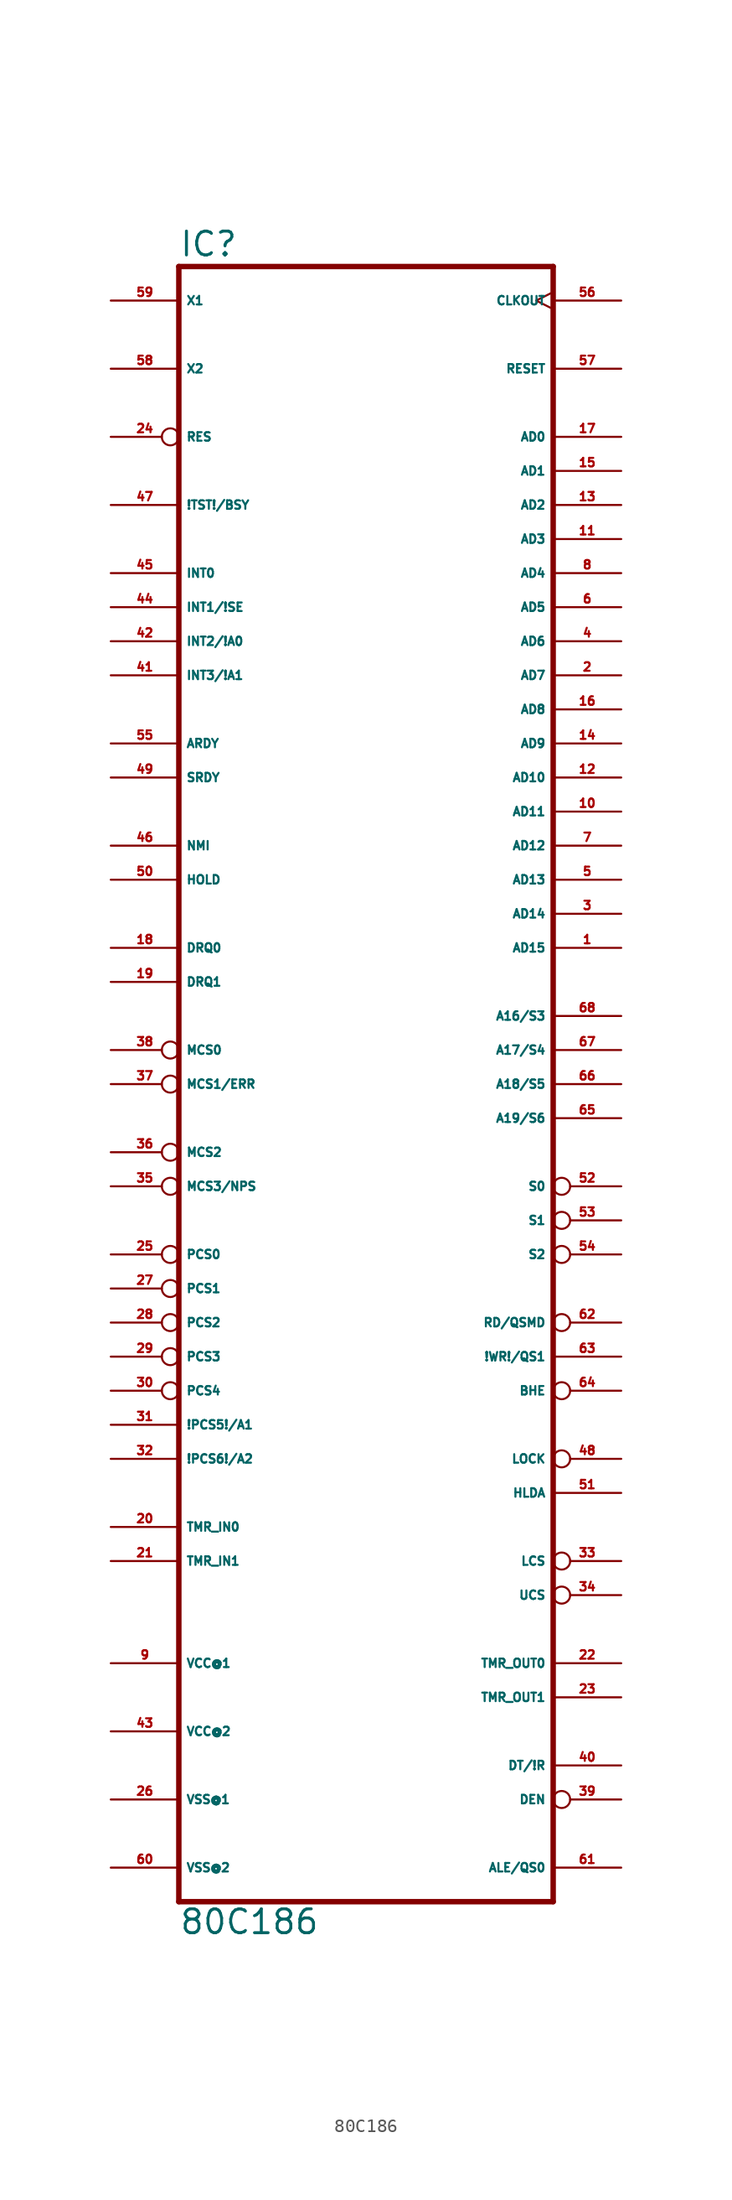
<source format=kicad_sym>
(kicad_symbol_lib
  (version 20220914)
  (generator Eagle2Kicad)
  (symbol "80C186"
    (property "Reference" "IC"
      (at -15.24 59.055 0)
      (effects (font (size 1.778 1.778) (thickness 0.22)) (justify left bottom)))
    (property "Value" "80C186"
      (at -15.24 -66.04 0)
      (effects (font (size 1.778 1.778) (thickness 0.22)) (justify left bottom)))
    (polyline
      (pts (xy -15.24 -63.5) (xy 12.7 -63.5))
      (stroke (width 0.406) (type default))
      (fill (type none)))
    (polyline
      (pts (xy 12.7 58.42) (xy 12.7 -63.5))
      (stroke (width 0.406) (type default))
      (fill (type none)))
    (polyline
      (pts (xy 12.7 58.42) (xy -15.24 58.42))
      (stroke (width 0.406) (type default))
      (fill (type none)))
    (polyline
      (pts (xy -15.24 -63.5) (xy -15.24 58.42))
      (stroke (width 0.406) (type default))
      (fill (type none)))
    (pin input line
      (at -20.32 55.88 0)
      (length 5.08)
      (name "X1" (effects (font (size 0.635 0.635) (thickness 0.08)) (justify left bottom)))
      (number "59" (effects (font (size 0.635 0.635) (thickness 0.08)) (justify left bottom))))
    (pin input inverted
      (at -20.32 45.72 0)
      (length 5.08)
      (name "RES" (effects (font (size 0.635 0.635) (thickness 0.08)) (justify left bottom)))
      (number "24" (effects (font (size 0.635 0.635) (thickness 0.08)) (justify left bottom))))
    (pin bidirectional line
      (at -20.32 40.64 0)
      (length 5.08)
      (name "!TST!/BSY" (effects (font (size 0.635 0.635) (thickness 0.08)) (justify left bottom)))
      (number "47" (effects (font (size 0.635 0.635) (thickness 0.08)) (justify left bottom))))
    (pin input line
      (at -20.32 35.56 0)
      (length 5.08)
      (name "INT0" (effects (font (size 0.635 0.635) (thickness 0.08)) (justify left bottom)))
      (number "45" (effects (font (size 0.635 0.635) (thickness 0.08)) (justify left bottom))))
    (pin input line
      (at -20.32 33.02 0)
      (length 5.08)
      (name "INT1/!SE" (effects (font (size 0.635 0.635) (thickness 0.08)) (justify left bottom)))
      (number "44" (effects (font (size 0.635 0.635) (thickness 0.08)) (justify left bottom))))
    (pin bidirectional line
      (at -20.32 30.48 0)
      (length 5.08)
      (name "INT2/!A0" (effects (font (size 0.635 0.635) (thickness 0.08)) (justify left bottom)))
      (number "42" (effects (font (size 0.635 0.635) (thickness 0.08)) (justify left bottom))))
    (pin bidirectional line
      (at -20.32 27.94 0)
      (length 5.08)
      (name "INT3/!A1" (effects (font (size 0.635 0.635) (thickness 0.08)) (justify left bottom)))
      (number "41" (effects (font (size 0.635 0.635) (thickness 0.08)) (justify left bottom))))
    (pin input line
      (at -20.32 22.86 0)
      (length 5.08)
      (name "ARDY" (effects (font (size 0.635 0.635) (thickness 0.08)) (justify left bottom)))
      (number "55" (effects (font (size 0.635 0.635) (thickness 0.08)) (justify left bottom))))
    (pin input line
      (at -20.32 15.24 0)
      (length 5.08)
      (name "NMI" (effects (font (size 0.635 0.635) (thickness 0.08)) (justify left bottom)))
      (number "46" (effects (font (size 0.635 0.635) (thickness 0.08)) (justify left bottom))))
    (pin input line
      (at -20.32 12.7 0)
      (length 5.08)
      (name "HOLD" (effects (font (size 0.635 0.635) (thickness 0.08)) (justify left bottom)))
      (number "50" (effects (font (size 0.635 0.635) (thickness 0.08)) (justify left bottom))))
    (pin output inverted
      (at -20.32 -15.24 0)
      (length 5.08)
      (name "PCS0" (effects (font (size 0.635 0.635) (thickness 0.08)) (justify left bottom)))
      (number "25" (effects (font (size 0.635 0.635) (thickness 0.08)) (justify left bottom))))
    (pin output inverted
      (at -20.32 -17.78 0)
      (length 5.08)
      (name "PCS1" (effects (font (size 0.635 0.635) (thickness 0.08)) (justify left bottom)))
      (number "27" (effects (font (size 0.635 0.635) (thickness 0.08)) (justify left bottom))))
    (pin output inverted
      (at -20.32 -20.32 0)
      (length 5.08)
      (name "PCS2" (effects (font (size 0.635 0.635) (thickness 0.08)) (justify left bottom)))
      (number "28" (effects (font (size 0.635 0.635) (thickness 0.08)) (justify left bottom))))
    (pin output inverted
      (at -20.32 -22.86 0)
      (length 5.08)
      (name "PCS3" (effects (font (size 0.635 0.635) (thickness 0.08)) (justify left bottom)))
      (number "29" (effects (font (size 0.635 0.635) (thickness 0.08)) (justify left bottom))))
    (pin output inverted
      (at -20.32 -25.4 0)
      (length 5.08)
      (name "PCS4" (effects (font (size 0.635 0.635) (thickness 0.08)) (justify left bottom)))
      (number "30" (effects (font (size 0.635 0.635) (thickness 0.08)) (justify left bottom))))
    (pin output line
      (at -20.32 -27.94 0)
      (length 5.08)
      (name "!PCS5!/A1" (effects (font (size 0.635 0.635) (thickness 0.08)) (justify left bottom)))
      (number "31" (effects (font (size 0.635 0.635) (thickness 0.08)) (justify left bottom))))
    (pin output line
      (at -20.32 -30.48 0)
      (length 5.08)
      (name "!PCS6!/A2" (effects (font (size 0.635 0.635) (thickness 0.08)) (justify left bottom)))
      (number "32" (effects (font (size 0.635 0.635) (thickness 0.08)) (justify left bottom))))
    (pin input line
      (at -20.32 -35.56 0)
      (length 5.08)
      (name "TMR_IN0" (effects (font (size 0.635 0.635) (thickness 0.08)) (justify left bottom)))
      (number "20" (effects (font (size 0.635 0.635) (thickness 0.08)) (justify left bottom))))
    (pin input line
      (at -20.32 -38.1 0)
      (length 5.08)
      (name "TMR_IN1" (effects (font (size 0.635 0.635) (thickness 0.08)) (justify left bottom)))
      (number "21" (effects (font (size 0.635 0.635) (thickness 0.08)) (justify left bottom))))
    (pin output clock
      (at 17.78 55.88 180)
      (length 5.08)
      (name "CLKOUT" (effects (font (size 0.635 0.635) (thickness 0.08)) (justify left bottom)))
      (number "56" (effects (font (size 0.635 0.635) (thickness 0.08)) (justify left bottom))))
    (pin output line
      (at 17.78 50.8 180)
      (length 5.08)
      (name "RESET" (effects (font (size 0.635 0.635) (thickness 0.08)) (justify left bottom)))
      (number "57" (effects (font (size 0.635 0.635) (thickness 0.08)) (justify left bottom))))
    (pin bidirectional line
      (at 17.78 45.72 180)
      (length 5.08)
      (name "AD0" (effects (font (size 0.635 0.635) (thickness 0.08)) (justify left bottom)))
      (number "17" (effects (font (size 0.635 0.635) (thickness 0.08)) (justify left bottom))))
    (pin bidirectional line
      (at 17.78 43.18 180)
      (length 5.08)
      (name "AD1" (effects (font (size 0.635 0.635) (thickness 0.08)) (justify left bottom)))
      (number "15" (effects (font (size 0.635 0.635) (thickness 0.08)) (justify left bottom))))
    (pin bidirectional line
      (at 17.78 40.64 180)
      (length 5.08)
      (name "AD2" (effects (font (size 0.635 0.635) (thickness 0.08)) (justify left bottom)))
      (number "13" (effects (font (size 0.635 0.635) (thickness 0.08)) (justify left bottom))))
    (pin bidirectional line
      (at 17.78 38.1 180)
      (length 5.08)
      (name "AD3" (effects (font (size 0.635 0.635) (thickness 0.08)) (justify left bottom)))
      (number "11" (effects (font (size 0.635 0.635) (thickness 0.08)) (justify left bottom))))
    (pin bidirectional line
      (at 17.78 35.56 180)
      (length 5.08)
      (name "AD4" (effects (font (size 0.635 0.635) (thickness 0.08)) (justify left bottom)))
      (number "8" (effects (font (size 0.635 0.635) (thickness 0.08)) (justify left bottom))))
    (pin bidirectional line
      (at 17.78 33.02 180)
      (length 5.08)
      (name "AD5" (effects (font (size 0.635 0.635) (thickness 0.08)) (justify left bottom)))
      (number "6" (effects (font (size 0.635 0.635) (thickness 0.08)) (justify left bottom))))
    (pin bidirectional line
      (at 17.78 30.48 180)
      (length 5.08)
      (name "AD6" (effects (font (size 0.635 0.635) (thickness 0.08)) (justify left bottom)))
      (number "4" (effects (font (size 0.635 0.635) (thickness 0.08)) (justify left bottom))))
    (pin bidirectional line
      (at 17.78 27.94 180)
      (length 5.08)
      (name "AD7" (effects (font (size 0.635 0.635) (thickness 0.08)) (justify left bottom)))
      (number "2" (effects (font (size 0.635 0.635) (thickness 0.08)) (justify left bottom))))
    (pin bidirectional line
      (at 17.78 25.4 180)
      (length 5.08)
      (name "AD8" (effects (font (size 0.635 0.635) (thickness 0.08)) (justify left bottom)))
      (number "16" (effects (font (size 0.635 0.635) (thickness 0.08)) (justify left bottom))))
    (pin bidirectional line
      (at 17.78 22.86 180)
      (length 5.08)
      (name "AD9" (effects (font (size 0.635 0.635) (thickness 0.08)) (justify left bottom)))
      (number "14" (effects (font (size 0.635 0.635) (thickness 0.08)) (justify left bottom))))
    (pin bidirectional line
      (at 17.78 20.32 180)
      (length 5.08)
      (name "AD10" (effects (font (size 0.635 0.635) (thickness 0.08)) (justify left bottom)))
      (number "12" (effects (font (size 0.635 0.635) (thickness 0.08)) (justify left bottom))))
    (pin bidirectional line
      (at 17.78 17.78 180)
      (length 5.08)
      (name "AD11" (effects (font (size 0.635 0.635) (thickness 0.08)) (justify left bottom)))
      (number "10" (effects (font (size 0.635 0.635) (thickness 0.08)) (justify left bottom))))
    (pin bidirectional line
      (at 17.78 15.24 180)
      (length 5.08)
      (name "AD12" (effects (font (size 0.635 0.635) (thickness 0.08)) (justify left bottom)))
      (number "7" (effects (font (size 0.635 0.635) (thickness 0.08)) (justify left bottom))))
    (pin bidirectional line
      (at 17.78 12.7 180)
      (length 5.08)
      (name "AD13" (effects (font (size 0.635 0.635) (thickness 0.08)) (justify left bottom)))
      (number "5" (effects (font (size 0.635 0.635) (thickness 0.08)) (justify left bottom))))
    (pin bidirectional line
      (at 17.78 10.16 180)
      (length 5.08)
      (name "AD14" (effects (font (size 0.635 0.635) (thickness 0.08)) (justify left bottom)))
      (number "3" (effects (font (size 0.635 0.635) (thickness 0.08)) (justify left bottom))))
    (pin bidirectional line
      (at 17.78 7.62 180)
      (length 5.08)
      (name "AD15" (effects (font (size 0.635 0.635) (thickness 0.08)) (justify left bottom)))
      (number "1" (effects (font (size 0.635 0.635) (thickness 0.08)) (justify left bottom))))
    (pin output line
      (at 17.78 2.54 180)
      (length 5.08)
      (name "A16/S3" (effects (font (size 0.635 0.635) (thickness 0.08)) (justify left bottom)))
      (number "68" (effects (font (size 0.635 0.635) (thickness 0.08)) (justify left bottom))))
    (pin output line
      (at 17.78 0 180)
      (length 5.08)
      (name "A17/S4" (effects (font (size 0.635 0.635) (thickness 0.08)) (justify left bottom)))
      (number "67" (effects (font (size 0.635 0.635) (thickness 0.08)) (justify left bottom))))
    (pin output line
      (at 17.78 -2.54 180)
      (length 5.08)
      (name "A18/S5" (effects (font (size 0.635 0.635) (thickness 0.08)) (justify left bottom)))
      (number "66" (effects (font (size 0.635 0.635) (thickness 0.08)) (justify left bottom))))
    (pin output inverted
      (at 17.78 -10.16 180)
      (length 5.08)
      (name "S0" (effects (font (size 0.635 0.635) (thickness 0.08)) (justify left bottom)))
      (number "52" (effects (font (size 0.635 0.635) (thickness 0.08)) (justify left bottom))))
    (pin output inverted
      (at 17.78 -12.7 180)
      (length 5.08)
      (name "S1" (effects (font (size 0.635 0.635) (thickness 0.08)) (justify left bottom)))
      (number "53" (effects (font (size 0.635 0.635) (thickness 0.08)) (justify left bottom))))
    (pin output inverted
      (at 17.78 -15.24 180)
      (length 5.08)
      (name "S2" (effects (font (size 0.635 0.635) (thickness 0.08)) (justify left bottom)))
      (number "54" (effects (font (size 0.635 0.635) (thickness 0.08)) (justify left bottom))))
    (pin bidirectional inverted
      (at 17.78 -20.32 180)
      (length 5.08)
      (name "RD/QSMD" (effects (font (size 0.635 0.635) (thickness 0.08)) (justify left bottom)))
      (number "62" (effects (font (size 0.635 0.635) (thickness 0.08)) (justify left bottom))))
    (pin output line
      (at 17.78 -22.86 180)
      (length 5.08)
      (name "!WR!/QS1" (effects (font (size 0.635 0.635) (thickness 0.08)) (justify left bottom)))
      (number "63" (effects (font (size 0.635 0.635) (thickness 0.08)) (justify left bottom))))
    (pin output inverted
      (at 17.78 -25.4 180)
      (length 5.08)
      (name "BHE" (effects (font (size 0.635 0.635) (thickness 0.08)) (justify left bottom)))
      (number "64" (effects (font (size 0.635 0.635) (thickness 0.08)) (justify left bottom))))
    (pin output inverted
      (at 17.78 -30.48 180)
      (length 5.08)
      (name "LOCK" (effects (font (size 0.635 0.635) (thickness 0.08)) (justify left bottom)))
      (number "48" (effects (font (size 0.635 0.635) (thickness 0.08)) (justify left bottom))))
    (pin output line
      (at 17.78 -33.02 180)
      (length 5.08)
      (name "HLDA" (effects (font (size 0.635 0.635) (thickness 0.08)) (justify left bottom)))
      (number "51" (effects (font (size 0.635 0.635) (thickness 0.08)) (justify left bottom))))
    (pin output inverted
      (at 17.78 -38.1 180)
      (length 5.08)
      (name "LCS" (effects (font (size 0.635 0.635) (thickness 0.08)) (justify left bottom)))
      (number "33" (effects (font (size 0.635 0.635) (thickness 0.08)) (justify left bottom))))
    (pin output inverted
      (at 17.78 -40.64 180)
      (length 5.08)
      (name "UCS" (effects (font (size 0.635 0.635) (thickness 0.08)) (justify left bottom)))
      (number "34" (effects (font (size 0.635 0.635) (thickness 0.08)) (justify left bottom))))
    (pin output line
      (at 17.78 -45.72 180)
      (length 5.08)
      (name "TMR_OUT0" (effects (font (size 0.635 0.635) (thickness 0.08)) (justify left bottom)))
      (number "22" (effects (font (size 0.635 0.635) (thickness 0.08)) (justify left bottom))))
    (pin output line
      (at 17.78 -48.26 180)
      (length 5.08)
      (name "TMR_OUT1" (effects (font (size 0.635 0.635) (thickness 0.08)) (justify left bottom)))
      (number "23" (effects (font (size 0.635 0.635) (thickness 0.08)) (justify left bottom))))
    (pin output line
      (at 17.78 -53.34 180)
      (length 5.08)
      (name "DT/!R" (effects (font (size 0.635 0.635) (thickness 0.08)) (justify left bottom)))
      (number "40" (effects (font (size 0.635 0.635) (thickness 0.08)) (justify left bottom))))
    (pin output inverted
      (at 17.78 -55.88 180)
      (length 5.08)
      (name "DEN" (effects (font (size 0.635 0.635) (thickness 0.08)) (justify left bottom)))
      (number "39" (effects (font (size 0.635 0.635) (thickness 0.08)) (justify left bottom))))
    (pin output line
      (at 17.78 -5.08 180)
      (length 5.08)
      (name "A19/S6" (effects (font (size 0.635 0.635) (thickness 0.08)) (justify left bottom)))
      (number "65" (effects (font (size 0.635 0.635) (thickness 0.08)) (justify left bottom))))
    (pin input line
      (at -20.32 7.62 0)
      (length 5.08)
      (name "DRQ0" (effects (font (size 0.635 0.635) (thickness 0.08)) (justify left bottom)))
      (number "18" (effects (font (size 0.635 0.635) (thickness 0.08)) (justify left bottom))))
    (pin input line
      (at -20.32 5.08 0)
      (length 5.08)
      (name "DRQ1" (effects (font (size 0.635 0.635) (thickness 0.08)) (justify left bottom)))
      (number "19" (effects (font (size 0.635 0.635) (thickness 0.08)) (justify left bottom))))
    (pin bidirectional inverted
      (at -20.32 0 0)
      (length 5.08)
      (name "MCS0" (effects (font (size 0.635 0.635) (thickness 0.08)) (justify left bottom)))
      (number "38" (effects (font (size 0.635 0.635) (thickness 0.08)) (justify left bottom))))
    (pin bidirectional inverted
      (at -20.32 -2.54 0)
      (length 5.08)
      (name "MCS1/ERR" (effects (font (size 0.635 0.635) (thickness 0.08)) (justify left bottom)))
      (number "37" (effects (font (size 0.635 0.635) (thickness 0.08)) (justify left bottom))))
    (pin output inverted
      (at -20.32 -7.62 0)
      (length 5.08)
      (name "MCS2" (effects (font (size 0.635 0.635) (thickness 0.08)) (justify left bottom)))
      (number "36" (effects (font (size 0.635 0.635) (thickness 0.08)) (justify left bottom))))
    (pin output inverted
      (at -20.32 -10.16 0)
      (length 5.08)
      (name "MCS3/NPS" (effects (font (size 0.635 0.635) (thickness 0.08)) (justify left bottom)))
      (number "35" (effects (font (size 0.635 0.635) (thickness 0.08)) (justify left bottom))))
    (pin input line
      (at -20.32 20.32 0)
      (length 5.08)
      (name "SRDY" (effects (font (size 0.635 0.635) (thickness 0.08)) (justify left bottom)))
      (number "49" (effects (font (size 0.635 0.635) (thickness 0.08)) (justify left bottom))))
    (pin output line
      (at 17.78 -60.96 180)
      (length 5.08)
      (name "ALE/QS0" (effects (font (size 0.635 0.635) (thickness 0.08)) (justify left bottom)))
      (number "61" (effects (font (size 0.635 0.635) (thickness 0.08)) (justify left bottom))))
    (pin unspecified line
      (at -20.32 -45.72 0)
      (length 5.08)
      (name "VCC@1" (effects (font (size 0.635 0.635) (thickness 0.08)) (justify left bottom)))
      (number "9" (effects (font (size 0.635 0.635) (thickness 0.08)) (justify left bottom))))
    (pin output line
      (at -20.32 50.8 0)
      (length 5.08)
      (name "X2" (effects (font (size 0.635 0.635) (thickness 0.08)) (justify left bottom)))
      (number "58" (effects (font (size 0.635 0.635) (thickness 0.08)) (justify left bottom))))
    (pin unspecified line
      (at -20.32 -50.8 0)
      (length 5.08)
      (name "VCC@2" (effects (font (size 0.635 0.635) (thickness 0.08)) (justify left bottom)))
      (number "43" (effects (font (size 0.635 0.635) (thickness 0.08)) (justify left bottom))))
    (pin unspecified line
      (at -20.32 -55.88 0)
      (length 5.08)
      (name "VSS@1" (effects (font (size 0.635 0.635) (thickness 0.08)) (justify left bottom)))
      (number "26" (effects (font (size 0.635 0.635) (thickness 0.08)) (justify left bottom))))
    (pin unspecified line
      (at -20.32 -60.96 0)
      (length 5.08)
      (name "VSS@2" (effects (font (size 0.635 0.635) (thickness 0.08)) (justify left bottom)))
      (number "60" (effects (font (size 0.635 0.635) (thickness 0.08)) (justify left bottom))))))
</source>
